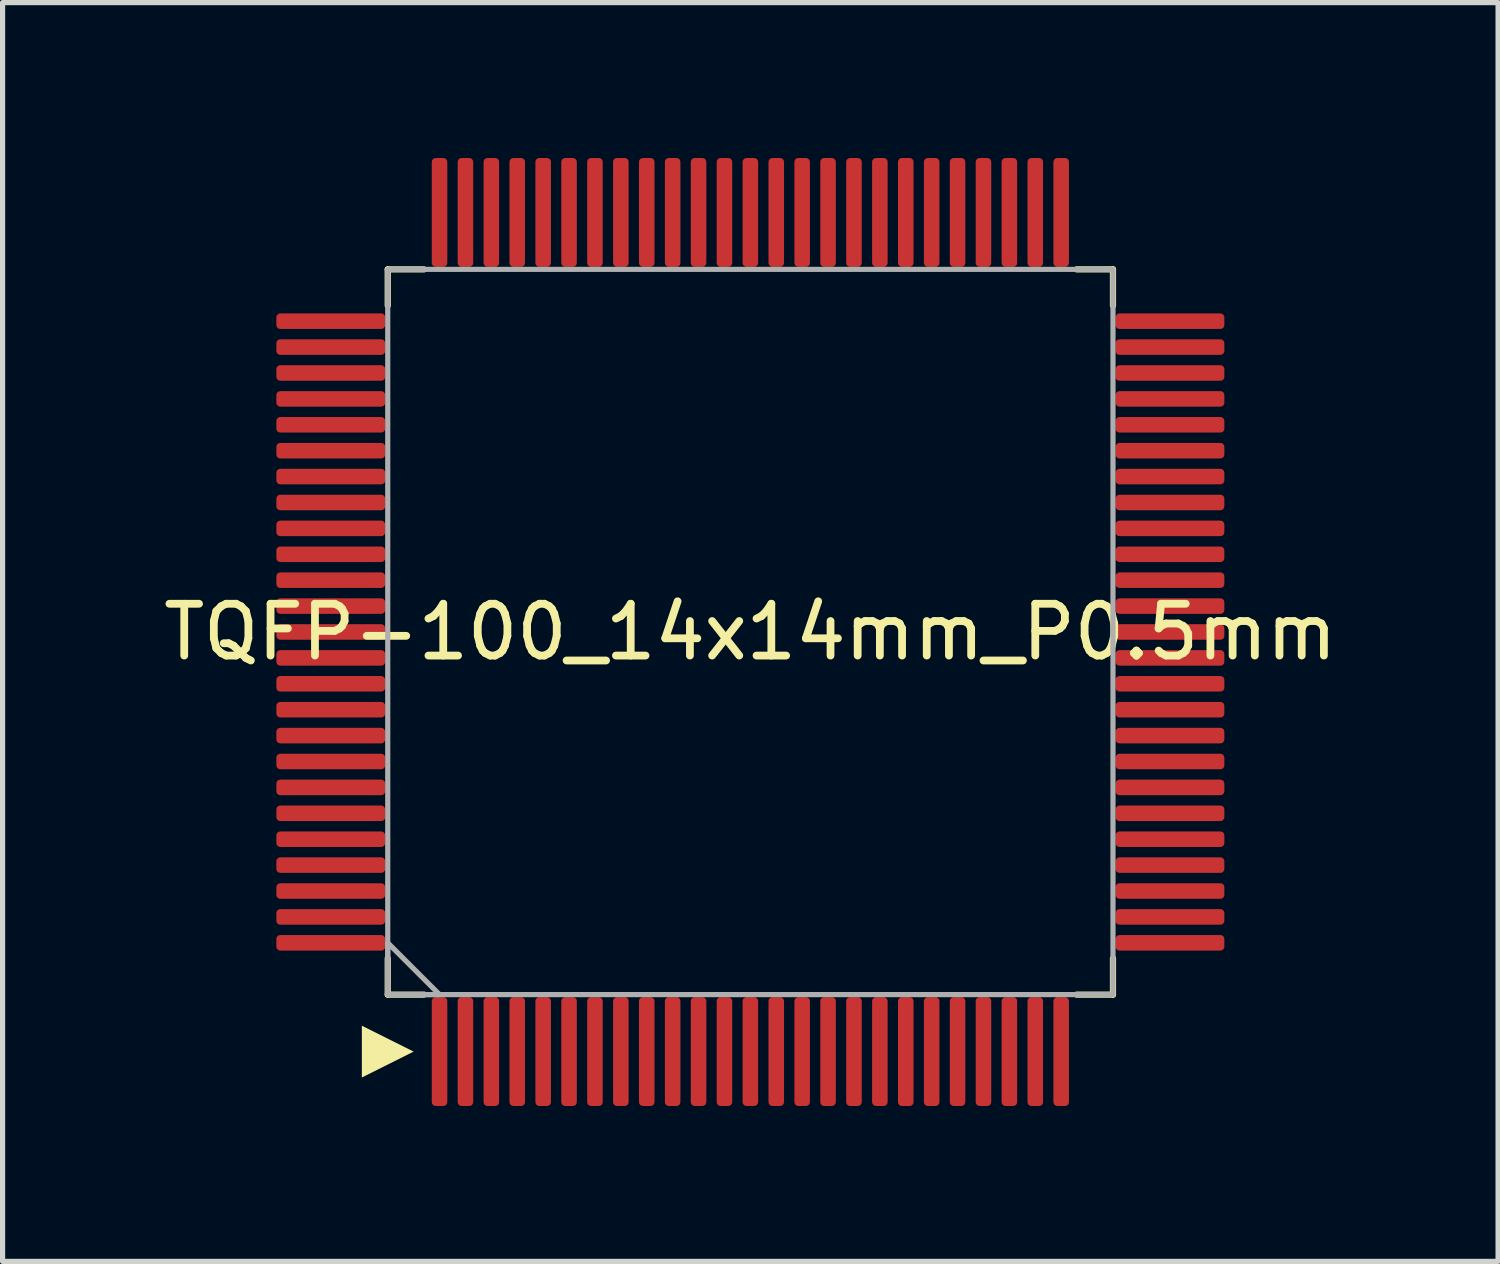
<source format=kicad_pcb>
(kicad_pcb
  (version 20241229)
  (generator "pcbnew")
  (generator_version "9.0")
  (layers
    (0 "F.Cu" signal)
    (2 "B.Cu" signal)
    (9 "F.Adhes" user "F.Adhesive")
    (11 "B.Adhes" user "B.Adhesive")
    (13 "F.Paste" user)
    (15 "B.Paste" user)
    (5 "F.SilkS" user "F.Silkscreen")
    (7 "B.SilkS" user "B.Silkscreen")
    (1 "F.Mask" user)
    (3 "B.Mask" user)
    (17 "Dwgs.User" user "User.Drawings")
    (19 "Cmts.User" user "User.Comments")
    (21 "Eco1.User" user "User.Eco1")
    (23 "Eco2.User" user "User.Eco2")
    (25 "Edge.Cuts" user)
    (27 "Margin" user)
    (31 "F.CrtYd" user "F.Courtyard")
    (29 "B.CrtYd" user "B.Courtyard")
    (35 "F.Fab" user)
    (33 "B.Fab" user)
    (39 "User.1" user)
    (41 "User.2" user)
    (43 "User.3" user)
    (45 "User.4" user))
  (footprint "TQFP-100_14x14mm_P0.5mm"
    (layer "F.Cu")
    (at 11.435 9.15)
    (property "Reference" "TQFP-100_14x14mm_P0.5mm" (at 0 0 0) (layer "F.SilkS") (effects (font (size 1 1) (thickness 0.15))))
    (attr smd)
    (fp_line (start -7 -7) (end -7 -6.3) (stroke (width 0.12) (type solid)) (layer "F.SilkS"))
    (fp_line (start -7 6.3) (end -7 7) (stroke (width 0.12) (type solid)) (layer "F.SilkS"))
    (fp_line (start -7 7) (end -6.3 7) (stroke (width 0.12) (type solid)) (layer "F.SilkS"))
    (fp_line (start -6.3 -7) (end -7 -7) (stroke (width 0.12) (type solid)) (layer "F.SilkS"))
    (fp_line (start 6.3 7) (end 7 7) (stroke (width 0.12) (type solid)) (layer "F.SilkS"))
    (fp_line (start 7 -7) (end 6.3 -7) (stroke (width 0.12) (type solid)) (layer "F.SilkS"))
    (fp_line (start 7 -6.3) (end 7 -7) (stroke (width 0.12) (type solid)) (layer "F.SilkS"))
    (fp_line (start 7 7) (end 7 6.3) (stroke (width 0.12) (type solid)) (layer "F.SilkS"))
    (fp_poly (pts (xy -7.5 8.6) (xy -7.5 7.6) (xy -6.5 8.1)) (stroke (width 0) (type solid)) (fill yes) (layer "F.SilkS"))
    (fp_rect (start -7 -7) (end 7 7) (stroke (width 0.1) (type default)) (fill no) (layer "F.Fab"))
    (fp_poly (pts (xy -7 6) (xy -7 7) (xy -6 7)) (stroke (width 0.1) (type solid)) (fill no) (layer "F.Fab"))
    (pad "1" smd roundrect (at -6 8.1) (size 0.3 2.1) (layers "F.Cu" "F.Mask" "F.Paste") (roundrect_rratio 0.25))
    (pad "2" smd roundrect (at -5.5 8.1) (size 0.3 2.1) (layers "F.Cu" "F.Mask" "F.Paste") (roundrect_rratio 0.25))
    (pad "3" smd roundrect (at -5 8.1) (size 0.3 2.1) (layers "F.Cu" "F.Mask" "F.Paste") (roundrect_rratio 0.25))
    (pad "4" smd roundrect (at -4.5 8.1) (size 0.3 2.1) (layers "F.Cu" "F.Mask" "F.Paste") (roundrect_rratio 0.25))
    (pad "5" smd roundrect (at -4 8.1) (size 0.3 2.1) (layers "F.Cu" "F.Mask" "F.Paste") (roundrect_rratio 0.25))
    (pad "6" smd roundrect (at -3.5 8.1) (size 0.3 2.1) (layers "F.Cu" "F.Mask" "F.Paste") (roundrect_rratio 0.25))
    (pad "7" smd roundrect (at -3 8.1) (size 0.3 2.1) (layers "F.Cu" "F.Mask" "F.Paste") (roundrect_rratio 0.25))
    (pad "8" smd roundrect (at -2.5 8.1) (size 0.3 2.1) (layers "F.Cu" "F.Mask" "F.Paste") (roundrect_rratio 0.25))
    (pad "9" smd roundrect (at -2 8.1) (size 0.3 2.1) (layers "F.Cu" "F.Mask" "F.Paste") (roundrect_rratio 0.25))
    (pad "10" smd roundrect (at -1.5 8.1) (size 0.3 2.1) (layers "F.Cu" "F.Mask" "F.Paste") (roundrect_rratio 0.25))
    (pad "11" smd roundrect (at -1 8.1) (size 0.3 2.1) (layers "F.Cu" "F.Mask" "F.Paste") (roundrect_rratio 0.25))
    (pad "12" smd roundrect (at -0.5 8.1) (size 0.3 2.1) (layers "F.Cu" "F.Mask" "F.Paste") (roundrect_rratio 0.25))
    (pad "13" smd roundrect (at 0 8.1) (size 0.3 2.1) (layers "F.Cu" "F.Mask" "F.Paste") (roundrect_rratio 0.25))
    (pad "14" smd roundrect (at 0.5 8.1) (size 0.3 2.1) (layers "F.Cu" "F.Mask" "F.Paste") (roundrect_rratio 0.25))
    (pad "15" smd roundrect (at 1 8.1) (size 0.3 2.1) (layers "F.Cu" "F.Mask" "F.Paste") (roundrect_rratio 0.25))
    (pad "16" smd roundrect (at 1.5 8.1) (size 0.3 2.1) (layers "F.Cu" "F.Mask" "F.Paste") (roundrect_rratio 0.25))
    (pad "17" smd roundrect (at 2 8.1) (size 0.3 2.1) (layers "F.Cu" "F.Mask" "F.Paste") (roundrect_rratio 0.25))
    (pad "18" smd roundrect (at 2.5 8.1) (size 0.3 2.1) (layers "F.Cu" "F.Mask" "F.Paste") (roundrect_rratio 0.25))
    (pad "19" smd roundrect (at 3 8.1) (size 0.3 2.1) (layers "F.Cu" "F.Mask" "F.Paste") (roundrect_rratio 0.25))
    (pad "20" smd roundrect (at 3.5 8.1) (size 0.3 2.1) (layers "F.Cu" "F.Mask" "F.Paste") (roundrect_rratio 0.25))
    (pad "21" smd roundrect (at 4 8.1) (size 0.3 2.1) (layers "F.Cu" "F.Mask" "F.Paste") (roundrect_rratio 0.25))
    (pad "22" smd roundrect (at 4.5 8.1) (size 0.3 2.1) (layers "F.Cu" "F.Mask" "F.Paste") (roundrect_rratio 0.25))
    (pad "23" smd roundrect (at 5 8.1) (size 0.3 2.1) (layers "F.Cu" "F.Mask" "F.Paste") (roundrect_rratio 0.25))
    (pad "24" smd roundrect (at 5.5 8.1) (size 0.3 2.1) (layers "F.Cu" "F.Mask" "F.Paste") (roundrect_rratio 0.25))
    (pad "25" smd roundrect (at 6 8.1) (size 0.3 2.1) (layers "F.Cu" "F.Mask" "F.Paste") (roundrect_rratio 0.25))
    (pad "26" smd roundrect (at 8.1 6 90) (size 0.3 2.1) (layers "F.Cu" "F.Mask" "F.Paste") (roundrect_rratio 0.25))
    (pad "27" smd roundrect (at 8.1 5.5 90) (size 0.3 2.1) (layers "F.Cu" "F.Mask" "F.Paste") (roundrect_rratio 0.25))
    (pad "28" smd roundrect (at 8.1 5 90) (size 0.3 2.1) (layers "F.Cu" "F.Mask" "F.Paste") (roundrect_rratio 0.25))
    (pad "29" smd roundrect (at 8.1 4.5 90) (size 0.3 2.1) (layers "F.Cu" "F.Mask" "F.Paste") (roundrect_rratio 0.25))
    (pad "30" smd roundrect (at 8.1 4 90) (size 0.3 2.1) (layers "F.Cu" "F.Mask" "F.Paste") (roundrect_rratio 0.25))
    (pad "31" smd roundrect (at 8.1 3.5 90) (size 0.3 2.1) (layers "F.Cu" "F.Mask" "F.Paste") (roundrect_rratio 0.25))
    (pad "32" smd roundrect (at 8.1 3 90) (size 0.3 2.1) (layers "F.Cu" "F.Mask" "F.Paste") (roundrect_rratio 0.25))
    (pad "33" smd roundrect (at 8.1 2.5 90) (size 0.3 2.1) (layers "F.Cu" "F.Mask" "F.Paste") (roundrect_rratio 0.25))
    (pad "34" smd roundrect (at 8.1 2 90) (size 0.3 2.1) (layers "F.Cu" "F.Mask" "F.Paste") (roundrect_rratio 0.25))
    (pad "35" smd roundrect (at 8.1 1.5 90) (size 0.3 2.1) (layers "F.Cu" "F.Mask" "F.Paste") (roundrect_rratio 0.25))
    (pad "36" smd roundrect (at 8.1 1 90) (size 0.3 2.1) (layers "F.Cu" "F.Mask" "F.Paste") (roundrect_rratio 0.25))
    (pad "37" smd roundrect (at 8.1 0.5 90) (size 0.3 2.1) (layers "F.Cu" "F.Mask" "F.Paste") (roundrect_rratio 0.25))
    (pad "38" smd roundrect (at 8.1 0 90) (size 0.3 2.1) (layers "F.Cu" "F.Mask" "F.Paste") (roundrect_rratio 0.25))
    (pad "39" smd roundrect (at 8.1 -0.5 90) (size 0.3 2.1) (layers "F.Cu" "F.Mask" "F.Paste") (roundrect_rratio 0.25))
    (pad "40" smd roundrect (at 8.1 -1 90) (size 0.3 2.1) (layers "F.Cu" "F.Mask" "F.Paste") (roundrect_rratio 0.25))
    (pad "41" smd roundrect (at 8.1 -1.5 90) (size 0.3 2.1) (layers "F.Cu" "F.Mask" "F.Paste") (roundrect_rratio 0.25))
    (pad "42" smd roundrect (at 8.1 -2 90) (size 0.3 2.1) (layers "F.Cu" "F.Mask" "F.Paste") (roundrect_rratio 0.25))
    (pad "43" smd roundrect (at 8.1 -2.5 90) (size 0.3 2.1) (layers "F.Cu" "F.Mask" "F.Paste") (roundrect_rratio 0.25))
    (pad "44" smd roundrect (at 8.1 -3 90) (size 0.3 2.1) (layers "F.Cu" "F.Mask" "F.Paste") (roundrect_rratio 0.25))
    (pad "45" smd roundrect (at 8.1 -3.5 90) (size 0.3 2.1) (layers "F.Cu" "F.Mask" "F.Paste") (roundrect_rratio 0.25))
    (pad "46" smd roundrect (at 8.1 -4 90) (size 0.3 2.1) (layers "F.Cu" "F.Mask" "F.Paste") (roundrect_rratio 0.25))
    (pad "47" smd roundrect (at 8.1 -4.5 90) (size 0.3 2.1) (layers "F.Cu" "F.Mask" "F.Paste") (roundrect_rratio 0.25))
    (pad "48" smd roundrect (at 8.1 -5 90) (size 0.3 2.1) (layers "F.Cu" "F.Mask" "F.Paste") (roundrect_rratio 0.25))
    (pad "49" smd roundrect (at 8.1 -5.5 90) (size 0.3 2.1) (layers "F.Cu" "F.Mask" "F.Paste") (roundrect_rratio 0.25))
    (pad "50" smd roundrect (at 8.1 -6 90) (size 0.3 2.1) (layers "F.Cu" "F.Mask" "F.Paste") (roundrect_rratio 0.25))
    (pad "51" smd roundrect (at 6 -8.1) (size 0.3 2.1) (layers "F.Cu" "F.Mask" "F.Paste") (roundrect_rratio 0.25))
    (pad "52" smd roundrect (at 5.5 -8.1) (size 0.3 2.1) (layers "F.Cu" "F.Mask" "F.Paste") (roundrect_rratio 0.25))
    (pad "53" smd roundrect (at 5 -8.1) (size 0.3 2.1) (layers "F.Cu" "F.Mask" "F.Paste") (roundrect_rratio 0.25))
    (pad "54" smd roundrect (at 4.5 -8.1) (size 0.3 2.1) (layers "F.Cu" "F.Mask" "F.Paste") (roundrect_rratio 0.25))
    (pad "55" smd roundrect (at 4 -8.1) (size 0.3 2.1) (layers "F.Cu" "F.Mask" "F.Paste") (roundrect_rratio 0.25))
    (pad "56" smd roundrect (at 3.5 -8.1) (size 0.3 2.1) (layers "F.Cu" "F.Mask" "F.Paste") (roundrect_rratio 0.25))
    (pad "57" smd roundrect (at 3 -8.1) (size 0.3 2.1) (layers "F.Cu" "F.Mask" "F.Paste") (roundrect_rratio 0.25))
    (pad "58" smd roundrect (at 2.5 -8.1) (size 0.3 2.1) (layers "F.Cu" "F.Mask" "F.Paste") (roundrect_rratio 0.25))
    (pad "59" smd roundrect (at 2 -8.1) (size 0.3 2.1) (layers "F.Cu" "F.Mask" "F.Paste") (roundrect_rratio 0.25))
    (pad "60" smd roundrect (at 1.5 -8.1) (size 0.3 2.1) (layers "F.Cu" "F.Mask" "F.Paste") (roundrect_rratio 0.25))
    (pad "61" smd roundrect (at 1 -8.1) (size 0.3 2.1) (layers "F.Cu" "F.Mask" "F.Paste") (roundrect_rratio 0.25))
    (pad "62" smd roundrect (at 0.5 -8.1) (size 0.3 2.1) (layers "F.Cu" "F.Mask" "F.Paste") (roundrect_rratio 0.25))
    (pad "63" smd roundrect (at 0 -8.1) (size 0.3 2.1) (layers "F.Cu" "F.Mask" "F.Paste") (roundrect_rratio 0.25))
    (pad "64" smd roundrect (at -0.5 -8.1) (size 0.3 2.1) (layers "F.Cu" "F.Mask" "F.Paste") (roundrect_rratio 0.25))
    (pad "65" smd roundrect (at -1 -8.1) (size 0.3 2.1) (layers "F.Cu" "F.Mask" "F.Paste") (roundrect_rratio 0.25))
    (pad "66" smd roundrect (at -1.5 -8.1) (size 0.3 2.1) (layers "F.Cu" "F.Mask" "F.Paste") (roundrect_rratio 0.25))
    (pad "67" smd roundrect (at -2 -8.1) (size 0.3 2.1) (layers "F.Cu" "F.Mask" "F.Paste") (roundrect_rratio 0.25))
    (pad "68" smd roundrect (at -2.5 -8.1) (size 0.3 2.1) (layers "F.Cu" "F.Mask" "F.Paste") (roundrect_rratio 0.25))
    (pad "69" smd roundrect (at -3 -8.1) (size 0.3 2.1) (layers "F.Cu" "F.Mask" "F.Paste") (roundrect_rratio 0.25))
    (pad "70" smd roundrect (at -3.5 -8.1) (size 0.3 2.1) (layers "F.Cu" "F.Mask" "F.Paste") (roundrect_rratio 0.25))
    (pad "71" smd roundrect (at -4 -8.1) (size 0.3 2.1) (layers "F.Cu" "F.Mask" "F.Paste") (roundrect_rratio 0.25))
    (pad "72" smd roundrect (at -4.5 -8.1) (size 0.3 2.1) (layers "F.Cu" "F.Mask" "F.Paste") (roundrect_rratio 0.25))
    (pad "73" smd roundrect (at -5 -8.1) (size 0.3 2.1) (layers "F.Cu" "F.Mask" "F.Paste") (roundrect_rratio 0.25))
    (pad "74" smd roundrect (at -5.5 -8.1) (size 0.3 2.1) (layers "F.Cu" "F.Mask" "F.Paste") (roundrect_rratio 0.25))
    (pad "75" smd roundrect (at -6 -8.1) (size 0.3 2.1) (layers "F.Cu" "F.Mask" "F.Paste") (roundrect_rratio 0.25))
    (pad "76" smd roundrect (at -8.1 -6 90) (size 0.3 2.1) (layers "F.Cu" "F.Mask" "F.Paste") (roundrect_rratio 0.25))
    (pad "77" smd roundrect (at -8.1 -5.5 90) (size 0.3 2.1) (layers "F.Cu" "F.Mask" "F.Paste") (roundrect_rratio 0.25))
    (pad "78" smd roundrect (at -8.1 -5 90) (size 0.3 2.1) (layers "F.Cu" "F.Mask" "F.Paste") (roundrect_rratio 0.25))
    (pad "79" smd roundrect (at -8.1 -4.5 90) (size 0.3 2.1) (layers "F.Cu" "F.Mask" "F.Paste") (roundrect_rratio 0.25))
    (pad "80" smd roundrect (at -8.1 -4 90) (size 0.3 2.1) (layers "F.Cu" "F.Mask" "F.Paste") (roundrect_rratio 0.25))
    (pad "81" smd roundrect (at -8.1 -3.5 90) (size 0.3 2.1) (layers "F.Cu" "F.Mask" "F.Paste") (roundrect_rratio 0.25))
    (pad "82" smd roundrect (at -8.1 -3 90) (size 0.3 2.1) (layers "F.Cu" "F.Mask" "F.Paste") (roundrect_rratio 0.25))
    (pad "83" smd roundrect (at -8.1 -2.5 90) (size 0.3 2.1) (layers "F.Cu" "F.Mask" "F.Paste") (roundrect_rratio 0.25))
    (pad "84" smd roundrect (at -8.1 -2 90) (size 0.3 2.1) (layers "F.Cu" "F.Mask" "F.Paste") (roundrect_rratio 0.25))
    (pad "85" smd roundrect (at -8.1 -1.5 90) (size 0.3 2.1) (layers "F.Cu" "F.Mask" "F.Paste") (roundrect_rratio 0.25))
    (pad "86" smd roundrect (at -8.1 -1 90) (size 0.3 2.1) (layers "F.Cu" "F.Mask" "F.Paste") (roundrect_rratio 0.25))
    (pad "87" smd roundrect (at -8.1 -0.5 90) (size 0.3 2.1) (layers "F.Cu" "F.Mask" "F.Paste") (roundrect_rratio 0.25))
    (pad "88" smd roundrect (at -8.1 0 90) (size 0.3 2.1) (layers "F.Cu" "F.Mask" "F.Paste") (roundrect_rratio 0.25))
    (pad "89" smd roundrect (at -8.1 0.5 90) (size 0.3 2.1) (layers "F.Cu" "F.Mask" "F.Paste") (roundrect_rratio 0.25))
    (pad "90" smd roundrect (at -8.1 1 90) (size 0.3 2.1) (layers "F.Cu" "F.Mask" "F.Paste") (roundrect_rratio 0.25))
    (pad "91" smd roundrect (at -8.1 1.5 90) (size 0.3 2.1) (layers "F.Cu" "F.Mask" "F.Paste") (roundrect_rratio 0.25))
    (pad "92" smd roundrect (at -8.1 2 90) (size 0.3 2.1) (layers "F.Cu" "F.Mask" "F.Paste") (roundrect_rratio 0.25))
    (pad "93" smd roundrect (at -8.1 2.5 90) (size 0.3 2.1) (layers "F.Cu" "F.Mask" "F.Paste") (roundrect_rratio 0.25))
    (pad "94" smd roundrect (at -8.1 3 90) (size 0.3 2.1) (layers "F.Cu" "F.Mask" "F.Paste") (roundrect_rratio 0.25))
    (pad "95" smd roundrect (at -8.1 3.5 90) (size 0.3 2.1) (layers "F.Cu" "F.Mask" "F.Paste") (roundrect_rratio 0.25))
    (pad "96" smd roundrect (at -8.1 4 90) (size 0.3 2.1) (layers "F.Cu" "F.Mask" "F.Paste") (roundrect_rratio 0.25))
    (pad "97" smd roundrect (at -8.1 4.5 90) (size 0.3 2.1) (layers "F.Cu" "F.Mask" "F.Paste") (roundrect_rratio 0.25))
    (pad "98" smd roundrect (at -8.1 5 90) (size 0.3 2.1) (layers "F.Cu" "F.Mask" "F.Paste") (roundrect_rratio 0.25))
    (pad "99" smd roundrect (at -8.1 5.5 90) (size 0.3 2.1) (layers "F.Cu" "F.Mask" "F.Paste") (roundrect_rratio 0.25))
    (pad "100" smd roundrect (at -8.1 6 90) (size 0.3 2.1) (layers "F.Cu" "F.Mask" "F.Paste") (roundrect_rratio 0.25)))
  (gr_rect
    (start -3 -3)
    (end 25.869 21.3)
    (stroke (width 0.1) (type default))
    (fill no)
    (layer "Edge.Cuts")))
</source>
